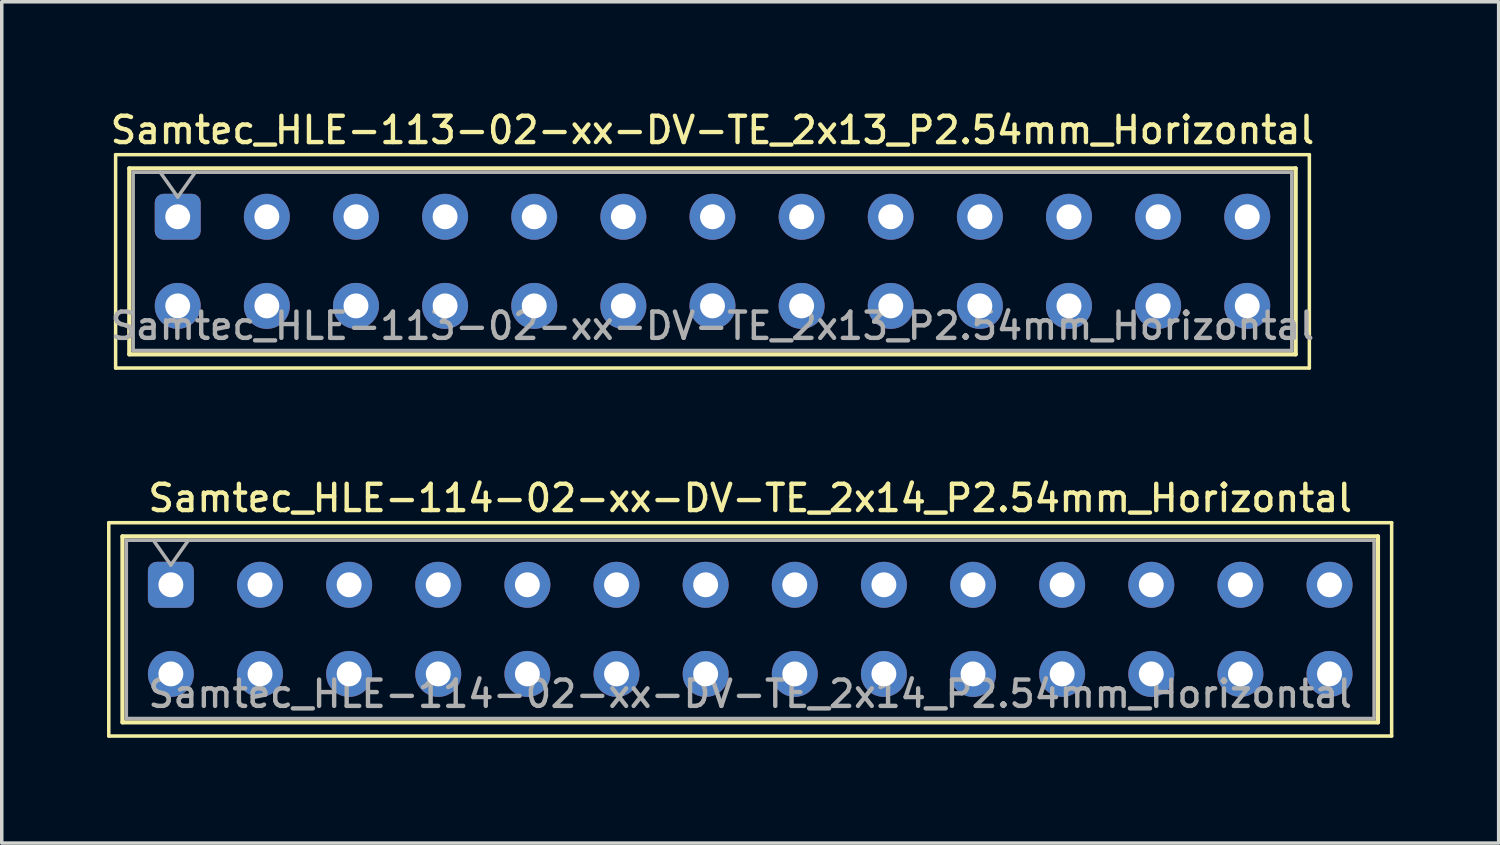
<source format=kicad_pcb>
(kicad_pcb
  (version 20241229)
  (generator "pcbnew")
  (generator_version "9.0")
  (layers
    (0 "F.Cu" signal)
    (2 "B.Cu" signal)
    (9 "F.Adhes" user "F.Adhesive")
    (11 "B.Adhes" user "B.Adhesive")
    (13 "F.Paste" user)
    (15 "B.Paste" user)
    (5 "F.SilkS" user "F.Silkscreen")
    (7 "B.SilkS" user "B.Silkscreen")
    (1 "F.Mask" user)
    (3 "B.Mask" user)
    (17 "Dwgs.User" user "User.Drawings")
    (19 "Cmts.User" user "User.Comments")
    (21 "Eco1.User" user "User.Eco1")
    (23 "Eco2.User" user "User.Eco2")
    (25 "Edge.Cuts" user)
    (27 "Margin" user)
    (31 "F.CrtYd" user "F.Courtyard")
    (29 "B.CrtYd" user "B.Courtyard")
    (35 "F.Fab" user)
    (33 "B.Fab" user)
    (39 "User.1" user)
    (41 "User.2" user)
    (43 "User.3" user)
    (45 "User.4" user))
  (footprint "Samtec_HLE-114-02-xx-DV-TE_2x14_P2.54mm_Horizontal"
    (layer "F.Cu")
    (at 1.82 13.616)
    (property "Reference" "Samtec_HLE-114-02-xx-DV-TE_2x14_P2.54mm_Horizontal" (at 16.51 -2.47 0) (layer "F.SilkS") (effects (font (size 0.75 0.75) (thickness 0.125))))
    (attr through_hole)
    (fp_line (start -1.77 -1.77) (end 34.79 -1.77) (stroke (width 0.1) (type solid)) (layer "F.SilkS"))
    (fp_line (start -1.77 4.31) (end -1.77 -1.77) (stroke (width 0.1) (type solid)) (layer "F.SilkS"))
    (fp_line (start -1.38 -1.38) (end 34.4 -1.38) (stroke (width 0.12) (type solid)) (layer "F.SilkS"))
    (fp_line (start -1.38 3.92) (end -1.38 -1.38) (stroke (width 0.12) (type solid)) (layer "F.SilkS"))
    (fp_line (start 34.4 -1.38) (end 34.4 3.92) (stroke (width 0.12) (type solid)) (layer "F.SilkS"))
    (fp_line (start 34.4 3.92) (end -1.38 3.92) (stroke (width 0.12) (type solid)) (layer "F.SilkS"))
    (fp_line (start 34.79 -1.77) (end 34.79 4.31) (stroke (width 0.1) (type solid)) (layer "F.SilkS"))
    (fp_line (start 34.79 4.31) (end -1.77 4.31) (stroke (width 0.1) (type solid)) (layer "F.SilkS"))
    (fp_line (start -1.27 -1.27) (end 34.29 -1.27) (stroke (width 0.1) (type solid)) (layer "F.Fab"))
    (fp_line (start -1.27 3.81) (end -1.27 -1.27) (stroke (width 0.1) (type solid)) (layer "F.Fab"))
    (fp_line (start -0.5 -1.27) (end 0 -0.563) (stroke (width 0.1) (type solid)) (layer "F.Fab"))
    (fp_line (start 0 -0.563) (end 0.5 -1.27) (stroke (width 0.1) (type solid)) (layer "F.Fab"))
    (fp_line (start 34.29 -1.27) (end 34.29 3.81) (stroke (width 0.1) (type solid)) (layer "F.Fab"))
    (fp_line (start 34.29 3.81) (end -1.27 3.81) (stroke (width 0.1) (type solid)) (layer "F.Fab"))
    (fp_text user "${REFERENCE}" (at 16.51 3.11 0) (layer "F.Fab") (effects (font (size 0.75 0.75) (thickness 0.125))))
    (pad "1" thru_hole roundrect (at 0 0) (size 1.31 1.31) (drill 0.71) (layers "*.Cu" "*.Mask") (roundrect_rratio 0.191))
    (pad "2" thru_hole circle (at 0 2.54) (size 1.31 1.31) (drill 0.71) (layers "*.Cu" "*.Mask"))
    (pad "3" thru_hole circle (at 2.54 0) (size 1.31 1.31) (drill 0.71) (layers "*.Cu" "*.Mask"))
    (pad "4" thru_hole circle (at 2.54 2.54) (size 1.31 1.31) (drill 0.71) (layers "*.Cu" "*.Mask"))
    (pad "5" thru_hole circle (at 5.08 0) (size 1.31 1.31) (drill 0.71) (layers "*.Cu" "*.Mask"))
    (pad "6" thru_hole circle (at 5.08 2.54) (size 1.31 1.31) (drill 0.71) (layers "*.Cu" "*.Mask"))
    (pad "7" thru_hole circle (at 7.62 0) (size 1.31 1.31) (drill 0.71) (layers "*.Cu" "*.Mask"))
    (pad "8" thru_hole circle (at 7.62 2.54) (size 1.31 1.31) (drill 0.71) (layers "*.Cu" "*.Mask"))
    (pad "9" thru_hole circle (at 10.16 0) (size 1.31 1.31) (drill 0.71) (layers "*.Cu" "*.Mask"))
    (pad "10" thru_hole circle (at 10.16 2.54) (size 1.31 1.31) (drill 0.71) (layers "*.Cu" "*.Mask"))
    (pad "11" thru_hole circle (at 12.7 0) (size 1.31 1.31) (drill 0.71) (layers "*.Cu" "*.Mask"))
    (pad "12" thru_hole circle (at 12.7 2.54) (size 1.31 1.31) (drill 0.71) (layers "*.Cu" "*.Mask"))
    (pad "13" thru_hole circle (at 15.24 0) (size 1.31 1.31) (drill 0.71) (layers "*.Cu" "*.Mask"))
    (pad "14" thru_hole circle (at 15.24 2.54) (size 1.31 1.31) (drill 0.71) (layers "*.Cu" "*.Mask"))
    (pad "15" thru_hole circle (at 17.78 0) (size 1.31 1.31) (drill 0.71) (layers "*.Cu" "*.Mask"))
    (pad "16" thru_hole circle (at 17.78 2.54) (size 1.31 1.31) (drill 0.71) (layers "*.Cu" "*.Mask"))
    (pad "17" thru_hole circle (at 20.32 0) (size 1.31 1.31) (drill 0.71) (layers "*.Cu" "*.Mask"))
    (pad "18" thru_hole circle (at 20.32 2.54) (size 1.31 1.31) (drill 0.71) (layers "*.Cu" "*.Mask"))
    (pad "19" thru_hole circle (at 22.86 0) (size 1.31 1.31) (drill 0.71) (layers "*.Cu" "*.Mask"))
    (pad "20" thru_hole circle (at 22.86 2.54) (size 1.31 1.31) (drill 0.71) (layers "*.Cu" "*.Mask"))
    (pad "21" thru_hole circle (at 25.4 0) (size 1.31 1.31) (drill 0.71) (layers "*.Cu" "*.Mask"))
    (pad "22" thru_hole circle (at 25.4 2.54) (size 1.31 1.31) (drill 0.71) (layers "*.Cu" "*.Mask"))
    (pad "23" thru_hole circle (at 27.94 0) (size 1.31 1.31) (drill 0.71) (layers "*.Cu" "*.Mask"))
    (pad "24" thru_hole circle (at 27.94 2.54) (size 1.31 1.31) (drill 0.71) (layers "*.Cu" "*.Mask"))
    (pad "25" thru_hole circle (at 30.48 0) (size 1.31 1.31) (drill 0.71) (layers "*.Cu" "*.Mask"))
    (pad "26" thru_hole circle (at 30.48 2.54) (size 1.31 1.31) (drill 0.71) (layers "*.Cu" "*.Mask"))
    (pad "27" thru_hole circle (at 33.02 0) (size 1.31 1.31) (drill 0.71) (layers "*.Cu" "*.Mask"))
    (pad "28" thru_hole circle (at 33.02 2.54) (size 1.31 1.31) (drill 0.71) (layers "*.Cu" "*.Mask")))
  (footprint "Samtec_HLE-113-02-xx-DV-TE_2x13_P2.54mm_Horizontal"
    (layer "F.Cu")
    (at 2.015 3.128)
    (property "Reference" "Samtec_HLE-113-02-xx-DV-TE_2x13_P2.54mm_Horizontal" (at 15.24 -2.47 0) (layer "F.SilkS") (effects (font (size 0.75 0.75) (thickness 0.125))))
    (attr through_hole)
    (fp_line (start -1.77 -1.77) (end 32.25 -1.77) (stroke (width 0.1) (type solid)) (layer "F.SilkS"))
    (fp_line (start -1.77 4.31) (end -1.77 -1.77) (stroke (width 0.1) (type solid)) (layer "F.SilkS"))
    (fp_line (start -1.38 -1.38) (end 31.86 -1.38) (stroke (width 0.12) (type solid)) (layer "F.SilkS"))
    (fp_line (start -1.38 3.92) (end -1.38 -1.38) (stroke (width 0.12) (type solid)) (layer "F.SilkS"))
    (fp_line (start 31.86 -1.38) (end 31.86 3.92) (stroke (width 0.12) (type solid)) (layer "F.SilkS"))
    (fp_line (start 31.86 3.92) (end -1.38 3.92) (stroke (width 0.12) (type solid)) (layer "F.SilkS"))
    (fp_line (start 32.25 -1.77) (end 32.25 4.31) (stroke (width 0.1) (type solid)) (layer "F.SilkS"))
    (fp_line (start 32.25 4.31) (end -1.77 4.31) (stroke (width 0.1) (type solid)) (layer "F.SilkS"))
    (fp_line (start -1.27 -1.27) (end 31.75 -1.27) (stroke (width 0.1) (type solid)) (layer "F.Fab"))
    (fp_line (start -1.27 3.81) (end -1.27 -1.27) (stroke (width 0.1) (type solid)) (layer "F.Fab"))
    (fp_line (start -0.5 -1.27) (end 0 -0.563) (stroke (width 0.1) (type solid)) (layer "F.Fab"))
    (fp_line (start 0 -0.563) (end 0.5 -1.27) (stroke (width 0.1) (type solid)) (layer "F.Fab"))
    (fp_line (start 31.75 -1.27) (end 31.75 3.81) (stroke (width 0.1) (type solid)) (layer "F.Fab"))
    (fp_line (start 31.75 3.81) (end -1.27 3.81) (stroke (width 0.1) (type solid)) (layer "F.Fab"))
    (fp_text user "${REFERENCE}" (at 15.24 3.11 0) (layer "F.Fab") (effects (font (size 0.75 0.75) (thickness 0.125))))
    (pad "1" thru_hole roundrect (at 0 0) (size 1.31 1.31) (drill 0.71) (layers "*.Cu" "*.Mask") (roundrect_rratio 0.191))
    (pad "2" thru_hole circle (at 0 2.54) (size 1.31 1.31) (drill 0.71) (layers "*.Cu" "*.Mask"))
    (pad "3" thru_hole circle (at 2.54 0) (size 1.31 1.31) (drill 0.71) (layers "*.Cu" "*.Mask"))
    (pad "4" thru_hole circle (at 2.54 2.54) (size 1.31 1.31) (drill 0.71) (layers "*.Cu" "*.Mask"))
    (pad "5" thru_hole circle (at 5.08 0) (size 1.31 1.31) (drill 0.71) (layers "*.Cu" "*.Mask"))
    (pad "6" thru_hole circle (at 5.08 2.54) (size 1.31 1.31) (drill 0.71) (layers "*.Cu" "*.Mask"))
    (pad "7" thru_hole circle (at 7.62 0) (size 1.31 1.31) (drill 0.71) (layers "*.Cu" "*.Mask"))
    (pad "8" thru_hole circle (at 7.62 2.54) (size 1.31 1.31) (drill 0.71) (layers "*.Cu" "*.Mask"))
    (pad "9" thru_hole circle (at 10.16 0) (size 1.31 1.31) (drill 0.71) (layers "*.Cu" "*.Mask"))
    (pad "10" thru_hole circle (at 10.16 2.54) (size 1.31 1.31) (drill 0.71) (layers "*.Cu" "*.Mask"))
    (pad "11" thru_hole circle (at 12.7 0) (size 1.31 1.31) (drill 0.71) (layers "*.Cu" "*.Mask"))
    (pad "12" thru_hole circle (at 12.7 2.54) (size 1.31 1.31) (drill 0.71) (layers "*.Cu" "*.Mask"))
    (pad "13" thru_hole circle (at 15.24 0) (size 1.31 1.31) (drill 0.71) (layers "*.Cu" "*.Mask"))
    (pad "14" thru_hole circle (at 15.24 2.54) (size 1.31 1.31) (drill 0.71) (layers "*.Cu" "*.Mask"))
    (pad "15" thru_hole circle (at 17.78 0) (size 1.31 1.31) (drill 0.71) (layers "*.Cu" "*.Mask"))
    (pad "16" thru_hole circle (at 17.78 2.54) (size 1.31 1.31) (drill 0.71) (layers "*.Cu" "*.Mask"))
    (pad "17" thru_hole circle (at 20.32 0) (size 1.31 1.31) (drill 0.71) (layers "*.Cu" "*.Mask"))
    (pad "18" thru_hole circle (at 20.32 2.54) (size 1.31 1.31) (drill 0.71) (layers "*.Cu" "*.Mask"))
    (pad "19" thru_hole circle (at 22.86 0) (size 1.31 1.31) (drill 0.71) (layers "*.Cu" "*.Mask"))
    (pad "20" thru_hole circle (at 22.86 2.54) (size 1.31 1.31) (drill 0.71) (layers "*.Cu" "*.Mask"))
    (pad "21" thru_hole circle (at 25.4 0) (size 1.31 1.31) (drill 0.71) (layers "*.Cu" "*.Mask"))
    (pad "22" thru_hole circle (at 25.4 2.54) (size 1.31 1.31) (drill 0.71) (layers "*.Cu" "*.Mask"))
    (pad "23" thru_hole circle (at 27.94 0) (size 1.31 1.31) (drill 0.71) (layers "*.Cu" "*.Mask"))
    (pad "24" thru_hole circle (at 27.94 2.54) (size 1.31 1.31) (drill 0.71) (layers "*.Cu" "*.Mask"))
    (pad "25" thru_hole circle (at 30.48 0) (size 1.31 1.31) (drill 0.71) (layers "*.Cu" "*.Mask"))
    (pad "26" thru_hole circle (at 30.48 2.54) (size 1.31 1.31) (drill 0.71) (layers "*.Cu" "*.Mask")))
  (gr_rect
    (start -3 -3)
    (end 39.66 20.976)
    (stroke (width 0.1) (type default))
    (fill no)
    (layer "Edge.Cuts")))
</source>
